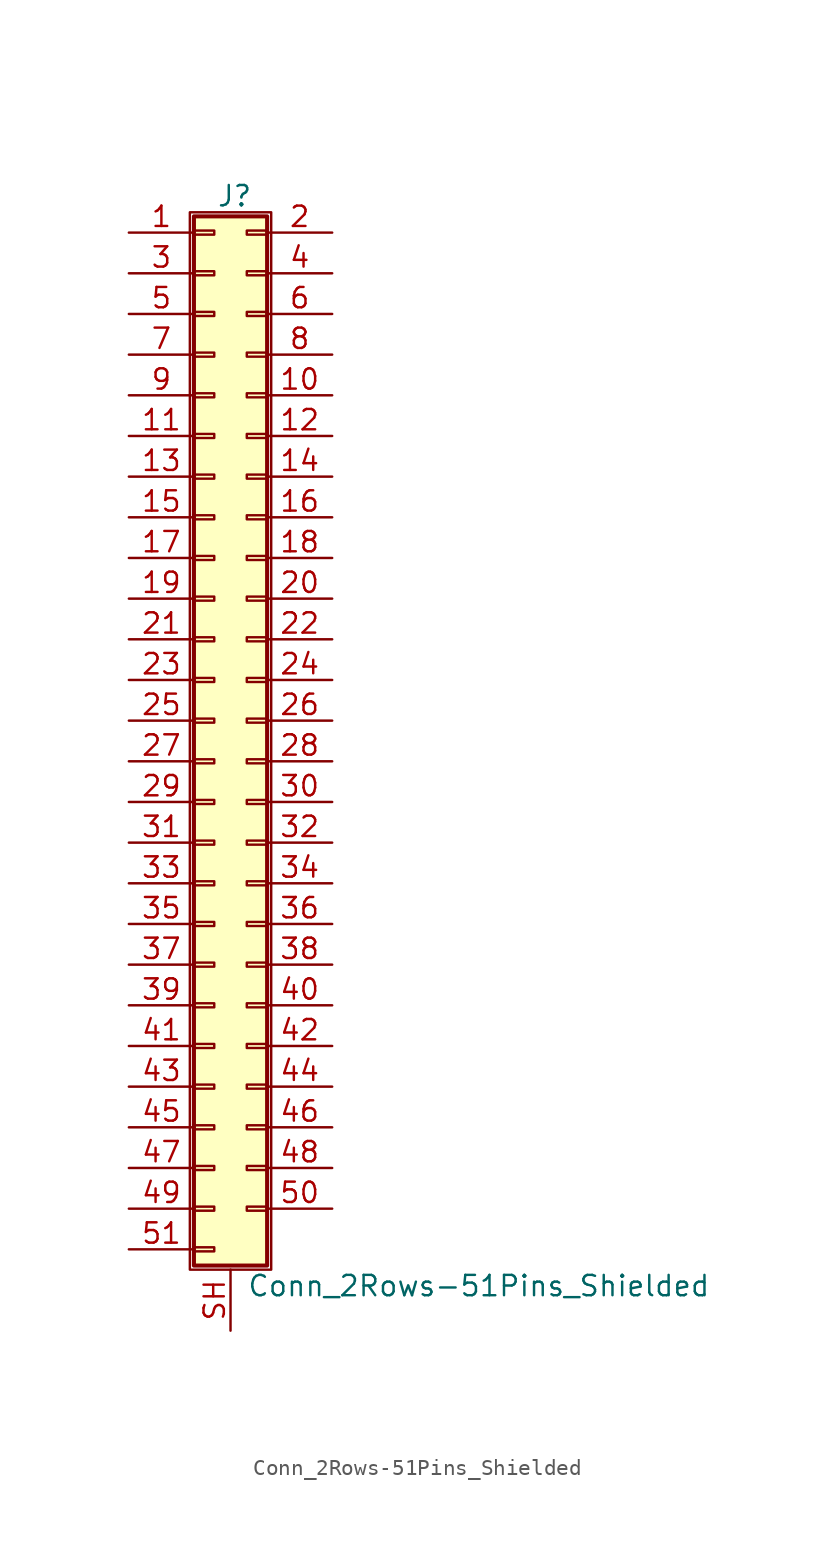
<source format=kicad_sym>
(kicad_symbol_lib
  (version 20201005)
  (generator kicad_symbol_editor)
  (symbol "Conn_2Rows-51Pins_Shielded"
    (pin_names
      (offset 1.016) hide)
    (property "Reference" "J"
      (at 1.524 32.766 0)
      (effects (font (size 1.27 1.27))))
    (property "Value" "Conn_2Rows-51Pins_Shielded"
      (at 2.286 -35.306 0)
      (effects (font (size 1.27 1.27)) (justify left)))
    (symbol "Conn_2Rows-51Pins_Shielded_1_1"
      (rectangle (start -1.27 31.75) (end 3.81 -34.29) (stroke (width 0.152)) (fill (type none)))
      (rectangle (start -1.016 -32.893) (end 0.254 -33.147) (stroke (width 0.152)) (fill (type none)))
      (rectangle (start -1.016 -30.353) (end 0.254 -30.607) (stroke (width 0.152)) (fill (type none)))
      (rectangle (start -1.016 -27.813) (end 0.254 -28.067) (stroke (width 0.152)) (fill (type none)))
      (rectangle (start -1.016 -25.273) (end 0.254 -25.527) (stroke (width 0.152)) (fill (type none)))
      (rectangle (start -1.016 -22.733) (end 0.254 -22.987) (stroke (width 0.152)) (fill (type none)))
      (rectangle (start -1.016 -20.193) (end 0.254 -20.447) (stroke (width 0.152)) (fill (type none)))
      (rectangle (start -1.016 -17.653) (end 0.254 -17.907) (stroke (width 0.152)) (fill (type none)))
      (rectangle (start -1.016 -15.113) (end 0.254 -15.367) (stroke (width 0.152)) (fill (type none)))
      (rectangle (start -1.016 -12.573) (end 0.254 -12.827) (stroke (width 0.152)) (fill (type none)))
      (rectangle (start -1.016 -10.033) (end 0.254 -10.287) (stroke (width 0.152)) (fill (type none)))
      (rectangle (start -1.016 -7.493) (end 0.254 -7.747) (stroke (width 0.152)) (fill (type none)))
      (rectangle (start -1.016 -4.953) (end 0.254 -5.207) (stroke (width 0.152)) (fill (type none)))
      (rectangle (start -1.016 -2.413) (end 0.254 -2.667) (stroke (width 0.152)) (fill (type none)))
      (rectangle (start -1.016 0.127) (end 0.254 -0.127) (stroke (width 0.152)) (fill (type none)))
      (rectangle (start -1.016 2.667) (end 0.254 2.413) (stroke (width 0.152)) (fill (type none)))
      (rectangle (start -1.016 5.207) (end 0.254 4.953) (stroke (width 0.152)) (fill (type none)))
      (rectangle (start -1.016 7.747) (end 0.254 7.493) (stroke (width 0.152)) (fill (type none)))
      (rectangle (start -1.016 10.287) (end 0.254 10.033) (stroke (width 0.152)) (fill (type none)))
      (rectangle (start -1.016 12.827) (end 0.254 12.573) (stroke (width 0.152)) (fill (type none)))
      (rectangle (start -1.016 15.367) (end 0.254 15.113) (stroke (width 0.152)) (fill (type none)))
      (rectangle (start -1.016 17.907) (end 0.254 17.653) (stroke (width 0.152)) (fill (type none)))
      (rectangle (start -1.016 20.447) (end 0.254 20.193) (stroke (width 0.152)) (fill (type none)))
      (rectangle (start -1.016 22.987) (end 0.254 22.733) (stroke (width 0.152)) (fill (type none)))
      (rectangle (start -1.016 25.527) (end 0.254 25.273) (stroke (width 0.152)) (fill (type none)))
      (rectangle (start -1.016 28.067) (end 0.254 27.813) (stroke (width 0.152)) (fill (type none)))
      (rectangle (start -1.016 30.607) (end 0.254 30.353) (stroke (width 0.152)) (fill (type none)))
      (rectangle (start 3.556 -30.353) (end 2.286 -30.607) (stroke (width 0.152)) (fill (type none)))
      (rectangle (start 3.556 -27.813) (end 2.286 -28.067) (stroke (width 0.152)) (fill (type none)))
      (rectangle (start 3.556 -25.273) (end 2.286 -25.527) (stroke (width 0.152)) (fill (type none)))
      (rectangle (start 3.556 -22.733) (end 2.286 -22.987) (stroke (width 0.152)) (fill (type none)))
      (rectangle (start 3.556 -20.193) (end 2.286 -20.447) (stroke (width 0.152)) (fill (type none)))
      (rectangle (start 3.556 -17.653) (end 2.286 -17.907) (stroke (width 0.152)) (fill (type none)))
      (rectangle (start 3.556 -15.113) (end 2.286 -15.367) (stroke (width 0.152)) (fill (type none)))
      (rectangle (start 3.556 -12.573) (end 2.286 -12.827) (stroke (width 0.152)) (fill (type none)))
      (rectangle (start 3.556 -10.033) (end 2.286 -10.287) (stroke (width 0.152)) (fill (type none)))
      (rectangle (start 3.556 -7.493) (end 2.286 -7.747) (stroke (width 0.152)) (fill (type none)))
      (rectangle (start 3.556 -4.953) (end 2.286 -5.207) (stroke (width 0.152)) (fill (type none)))
      (rectangle (start 3.556 -2.413) (end 2.286 -2.667) (stroke (width 0.152)) (fill (type none)))
      (rectangle (start 3.556 0.127) (end 2.286 -0.127) (stroke (width 0.152)) (fill (type none)))
      (rectangle (start 3.556 2.667) (end 2.286 2.413) (stroke (width 0.152)) (fill (type none)))
      (rectangle (start 3.556 5.207) (end 2.286 4.953) (stroke (width 0.152)) (fill (type none)))
      (rectangle (start 3.556 7.747) (end 2.286 7.493) (stroke (width 0.152)) (fill (type none)))
      (rectangle (start 3.556 10.287) (end 2.286 10.033) (stroke (width 0.152)) (fill (type none)))
      (rectangle (start 3.556 12.827) (end 2.286 12.573) (stroke (width 0.152)) (fill (type none)))
      (rectangle (start 3.556 15.367) (end 2.286 15.113) (stroke (width 0.152)) (fill (type none)))
      (rectangle (start 3.556 17.907) (end 2.286 17.653) (stroke (width 0.152)) (fill (type none)))
      (rectangle (start 3.556 20.447) (end 2.286 20.193) (stroke (width 0.152)) (fill (type none)))
      (rectangle (start 3.556 22.987) (end 2.286 22.733) (stroke (width 0.152)) (fill (type none)))
      (rectangle (start 3.556 25.527) (end 2.286 25.273) (stroke (width 0.152)) (fill (type none)))
      (rectangle (start 3.556 28.067) (end 2.286 27.813) (stroke (width 0.152)) (fill (type none)))
      (rectangle (start 3.556 30.607) (end 2.286 30.353) (stroke (width 0.152)) (fill (type none)))
      (rectangle (start -1.016 31.496) (end 3.556 -34.036) (stroke (width 0.254)) (fill (type background)))
      (pin passive line (at -5.08 30.48 0) (length 4.064) (name "Pin_1" (effects (font (size 1.27 1.27)))) (number "1" (effects (font (size 1.27 1.27)))))
      (pin passive line (at 7.62 20.32 180) (length 4.064) (name "Pin_10" (effects (font (size 1.27 1.27)))) (number "10" (effects (font (size 1.27 1.27)))))
      (pin passive line (at -5.08 17.78 0) (length 4.064) (name "Pin_11" (effects (font (size 1.27 1.27)))) (number "11" (effects (font (size 1.27 1.27)))))
      (pin passive line (at 7.62 17.78 180) (length 4.064) (name "Pin_12" (effects (font (size 1.27 1.27)))) (number "12" (effects (font (size 1.27 1.27)))))
      (pin passive line (at -5.08 15.24 0) (length 4.064) (name "Pin_13" (effects (font (size 1.27 1.27)))) (number "13" (effects (font (size 1.27 1.27)))))
      (pin passive line (at 7.62 15.24 180) (length 4.064) (name "Pin_14" (effects (font (size 1.27 1.27)))) (number "14" (effects (font (size 1.27 1.27)))))
      (pin passive line (at -5.08 12.7 0) (length 4.064) (name "Pin_15" (effects (font (size 1.27 1.27)))) (number "15" (effects (font (size 1.27 1.27)))))
      (pin passive line (at 7.62 12.7 180) (length 4.064) (name "Pin_16" (effects (font (size 1.27 1.27)))) (number "16" (effects (font (size 1.27 1.27)))))
      (pin passive line (at -5.08 10.16 0) (length 4.064) (name "Pin_17" (effects (font (size 1.27 1.27)))) (number "17" (effects (font (size 1.27 1.27)))))
      (pin passive line (at 7.62 10.16 180) (length 4.064) (name "Pin_18" (effects (font (size 1.27 1.27)))) (number "18" (effects (font (size 1.27 1.27)))))
      (pin passive line (at -5.08 7.62 0) (length 4.064) (name "Pin_19" (effects (font (size 1.27 1.27)))) (number "19" (effects (font (size 1.27 1.27)))))
      (pin passive line (at 7.62 30.48 180) (length 4.064) (name "Pin_2" (effects (font (size 1.27 1.27)))) (number "2" (effects (font (size 1.27 1.27)))))
      (pin passive line (at 7.62 7.62 180) (length 4.064) (name "Pin_20" (effects (font (size 1.27 1.27)))) (number "20" (effects (font (size 1.27 1.27)))))
      (pin passive line (at -5.08 5.08 0) (length 4.064) (name "Pin_21" (effects (font (size 1.27 1.27)))) (number "21" (effects (font (size 1.27 1.27)))))
      (pin passive line (at 7.62 5.08 180) (length 4.064) (name "Pin_22" (effects (font (size 1.27 1.27)))) (number "22" (effects (font (size 1.27 1.27)))))
      (pin passive line (at -5.08 2.54 0) (length 4.064) (name "Pin_23" (effects (font (size 1.27 1.27)))) (number "23" (effects (font (size 1.27 1.27)))))
      (pin passive line (at 7.62 2.54 180) (length 4.064) (name "Pin_24" (effects (font (size 1.27 1.27)))) (number "24" (effects (font (size 1.27 1.27)))))
      (pin passive line (at -5.08 0 0) (length 4.064) (name "Pin_25" (effects (font (size 1.27 1.27)))) (number "25" (effects (font (size 1.27 1.27)))))
      (pin passive line (at 7.62 0 180) (length 4.064) (name "Pin_26" (effects (font (size 1.27 1.27)))) (number "26" (effects (font (size 1.27 1.27)))))
      (pin passive line (at -5.08 -2.54 0) (length 4.064) (name "Pin_27" (effects (font (size 1.27 1.27)))) (number "27" (effects (font (size 1.27 1.27)))))
      (pin passive line (at 7.62 -2.54 180) (length 4.064) (name "Pin_28" (effects (font (size 1.27 1.27)))) (number "28" (effects (font (size 1.27 1.27)))))
      (pin passive line (at -5.08 -5.08 0) (length 4.064) (name "Pin_29" (effects (font (size 1.27 1.27)))) (number "29" (effects (font (size 1.27 1.27)))))
      (pin passive line (at -5.08 27.94 0) (length 4.064) (name "Pin_3" (effects (font (size 1.27 1.27)))) (number "3" (effects (font (size 1.27 1.27)))))
      (pin passive line (at 7.62 -5.08 180) (length 4.064) (name "Pin_30" (effects (font (size 1.27 1.27)))) (number "30" (effects (font (size 1.27 1.27)))))
      (pin passive line (at -5.08 -7.62 0) (length 4.064) (name "Pin_31" (effects (font (size 1.27 1.27)))) (number "31" (effects (font (size 1.27 1.27)))))
      (pin passive line (at 7.62 -7.62 180) (length 4.064) (name "Pin_32" (effects (font (size 1.27 1.27)))) (number "32" (effects (font (size 1.27 1.27)))))
      (pin passive line (at -5.08 -10.16 0) (length 4.064) (name "Pin_33" (effects (font (size 1.27 1.27)))) (number "33" (effects (font (size 1.27 1.27)))))
      (pin passive line (at 7.62 -10.16 180) (length 4.064) (name "Pin_34" (effects (font (size 1.27 1.27)))) (number "34" (effects (font (size 1.27 1.27)))))
      (pin passive line (at -5.08 -12.7 0) (length 4.064) (name "Pin_35" (effects (font (size 1.27 1.27)))) (number "35" (effects (font (size 1.27 1.27)))))
      (pin passive line (at 7.62 -12.7 180) (length 4.064) (name "Pin_36" (effects (font (size 1.27 1.27)))) (number "36" (effects (font (size 1.27 1.27)))))
      (pin passive line (at -5.08 -15.24 0) (length 4.064) (name "Pin_37" (effects (font (size 1.27 1.27)))) (number "37" (effects (font (size 1.27 1.27)))))
      (pin passive line (at 7.62 -15.24 180) (length 4.064) (name "Pin_38" (effects (font (size 1.27 1.27)))) (number "38" (effects (font (size 1.27 1.27)))))
      (pin passive line (at -5.08 -17.78 0) (length 4.064) (name "Pin_39" (effects (font (size 1.27 1.27)))) (number "39" (effects (font (size 1.27 1.27)))))
      (pin passive line (at 7.62 27.94 180) (length 4.064) (name "Pin_4" (effects (font (size 1.27 1.27)))) (number "4" (effects (font (size 1.27 1.27)))))
      (pin passive line (at 7.62 -17.78 180) (length 4.064) (name "Pin_40" (effects (font (size 1.27 1.27)))) (number "40" (effects (font (size 1.27 1.27)))))
      (pin passive line (at -5.08 -20.32 0) (length 4.064) (name "Pin_41" (effects (font (size 1.27 1.27)))) (number "41" (effects (font (size 1.27 1.27)))))
      (pin passive line (at 7.62 -20.32 180) (length 4.064) (name "Pin_42" (effects (font (size 1.27 1.27)))) (number "42" (effects (font (size 1.27 1.27)))))
      (pin passive line (at -5.08 -22.86 0) (length 4.064) (name "Pin_43" (effects (font (size 1.27 1.27)))) (number "43" (effects (font (size 1.27 1.27)))))
      (pin passive line (at 7.62 -22.86 180) (length 4.064) (name "Pin_44" (effects (font (size 1.27 1.27)))) (number "44" (effects (font (size 1.27 1.27)))))
      (pin passive line (at -5.08 -25.4 0) (length 4.064) (name "Pin_45" (effects (font (size 1.27 1.27)))) (number "45" (effects (font (size 1.27 1.27)))))
      (pin passive line (at 7.62 -25.4 180) (length 4.064) (name "Pin_46" (effects (font (size 1.27 1.27)))) (number "46" (effects (font (size 1.27 1.27)))))
      (pin passive line (at -5.08 -27.94 0) (length 4.064) (name "Pin_47" (effects (font (size 1.27 1.27)))) (number "47" (effects (font (size 1.27 1.27)))))
      (pin passive line (at 7.62 -27.94 180) (length 4.064) (name "Pin_48" (effects (font (size 1.27 1.27)))) (number "48" (effects (font (size 1.27 1.27)))))
      (pin passive line (at -5.08 -30.48 0) (length 4.064) (name "Pin_49" (effects (font (size 1.27 1.27)))) (number "49" (effects (font (size 1.27 1.27)))))
      (pin passive line (at -5.08 25.4 0) (length 4.064) (name "Pin_5" (effects (font (size 1.27 1.27)))) (number "5" (effects (font (size 1.27 1.27)))))
      (pin passive line (at 7.62 -30.48 180) (length 4.064) (name "Pin_50" (effects (font (size 1.27 1.27)))) (number "50" (effects (font (size 1.27 1.27)))))
      (pin passive line (at -5.08 -33.02 0) (length 4.064) (name "Pin_51" (effects (font (size 1.27 1.27)))) (number "51" (effects (font (size 1.27 1.27)))))
      (pin passive line (at 7.62 25.4 180) (length 4.064) (name "Pin_6" (effects (font (size 1.27 1.27)))) (number "6" (effects (font (size 1.27 1.27)))))
      (pin passive line (at -5.08 22.86 0) (length 4.064) (name "Pin_7" (effects (font (size 1.27 1.27)))) (number "7" (effects (font (size 1.27 1.27)))))
      (pin passive line (at 7.62 22.86 180) (length 4.064) (name "Pin_8" (effects (font (size 1.27 1.27)))) (number "8" (effects (font (size 1.27 1.27)))))
      (pin passive line (at -5.08 20.32 0) (length 4.064) (name "Pin_9" (effects (font (size 1.27 1.27)))) (number "9" (effects (font (size 1.27 1.27)))))
      (pin passive line (at 1.27 -38.1 90) (length 3.81) (name "Shield" (effects (font (size 1.27 1.27)))) (number "SH" (effects (font (size 1.27 1.27))))))))
</source>
